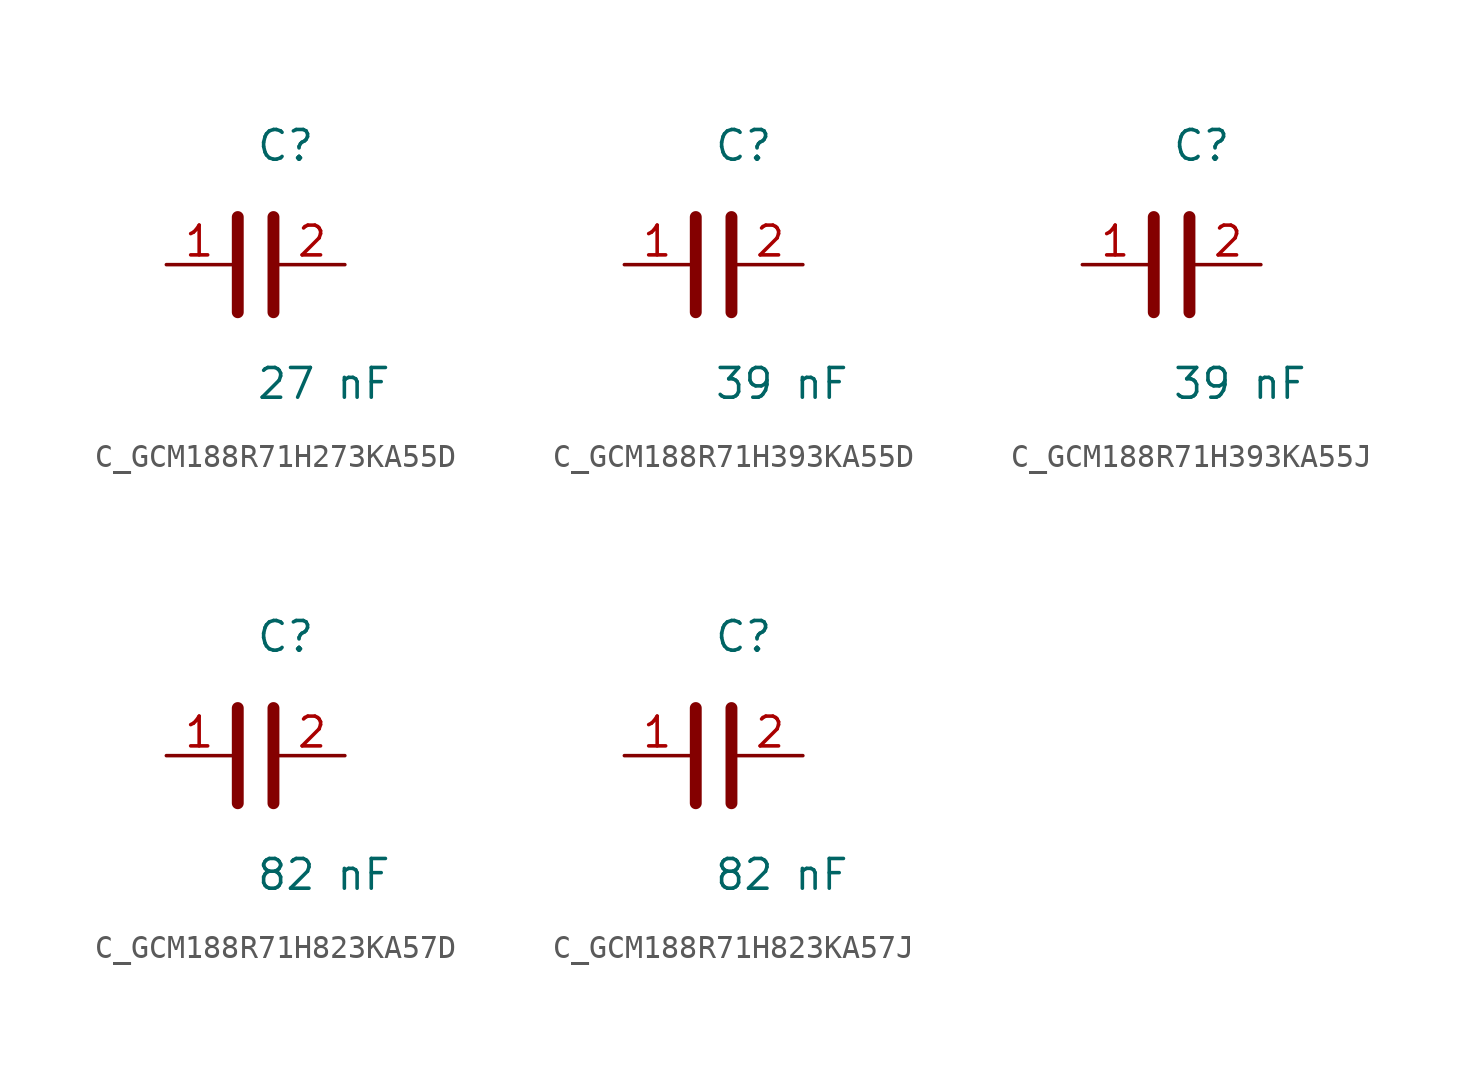
<source format=kicad_sym>
(kicad_symbol_lib
  (version 20231120)
  (generator kicad_symbol_editor)
  (generator_version 8.0)
  (symbol "C_GCM188R71H273KA55D"
    (pin_names
      (offset 0.254))
    (property "Value" "27 nF"
      (at 0 -5.08 0)
      (effects (font (size 1.27 1.27)) (justify left)))
    (property "Reference" "C"
      (at 0 5.08 0)
      (effects (font (size 1.27 1.27)) (justify left)))
    (symbol "C_GCM188R71H273KA55D_0_1"
      (polyline (pts (xy -0.762 -2.032) (xy -0.762 2.032)) (stroke (width 0.508) (type default)) (fill (type none)))
      (polyline (pts (xy 0.762 -2.032) (xy 0.762 2.032)) (stroke (width 0.508) (type default)) (fill (type none))))
    (pin unspecified line
      (at -3.81 0 0)
      (length 2.8)
      (name "" (effects (font (size 1.27 1.27))))
      (number "1" (effects (font (size 1.27 1.27)))))
    (pin unspecified line
      (at 3.81 0 180)
      (length 2.8)
      (name "" (effects (font (size 1.27 1.27))))
      (number "2" (effects (font (size 1.27 1.27))))))
  (symbol "C_GCM188R71H393KA55D"
    (pin_names
      (offset 0.254))
    (property "Value" "39 nF"
      (at 0 -5.08 0)
      (effects (font (size 1.27 1.27)) (justify left)))
    (property "Reference" "C"
      (at 0 5.08 0)
      (effects (font (size 1.27 1.27)) (justify left)))
    (symbol "C_GCM188R71H393KA55D_0_1"
      (polyline (pts (xy -0.762 -2.032) (xy -0.762 2.032)) (stroke (width 0.508) (type default)) (fill (type none)))
      (polyline (pts (xy 0.762 -2.032) (xy 0.762 2.032)) (stroke (width 0.508) (type default)) (fill (type none))))
    (pin unspecified line
      (at -3.81 0 0)
      (length 2.8)
      (name "" (effects (font (size 1.27 1.27))))
      (number "1" (effects (font (size 1.27 1.27)))))
    (pin unspecified line
      (at 3.81 0 180)
      (length 2.8)
      (name "" (effects (font (size 1.27 1.27))))
      (number "2" (effects (font (size 1.27 1.27))))))
  (symbol "C_GCM188R71H393KA55J"
    (pin_names
      (offset 0.254))
    (property "Value" "39 nF"
      (at 0 -5.08 0)
      (effects (font (size 1.27 1.27)) (justify left)))
    (property "Reference" "C"
      (at 0 5.08 0)
      (effects (font (size 1.27 1.27)) (justify left)))
    (symbol "C_GCM188R71H393KA55J_0_1"
      (polyline (pts (xy -0.762 -2.032) (xy -0.762 2.032)) (stroke (width 0.508) (type default)) (fill (type none)))
      (polyline (pts (xy 0.762 -2.032) (xy 0.762 2.032)) (stroke (width 0.508) (type default)) (fill (type none))))
    (pin unspecified line
      (at -3.81 0 0)
      (length 2.8)
      (name "" (effects (font (size 1.27 1.27))))
      (number "1" (effects (font (size 1.27 1.27)))))
    (pin unspecified line
      (at 3.81 0 180)
      (length 2.8)
      (name "" (effects (font (size 1.27 1.27))))
      (number "2" (effects (font (size 1.27 1.27))))))
  (symbol "C_GCM188R71H823KA57D"
    (pin_names
      (offset 0.254))
    (property "Value" "82 nF"
      (at 0 -5.08 0)
      (effects (font (size 1.27 1.27)) (justify left)))
    (property "Reference" "C"
      (at 0 5.08 0)
      (effects (font (size 1.27 1.27)) (justify left)))
    (symbol "C_GCM188R71H823KA57D_0_1"
      (polyline (pts (xy -0.762 -2.032) (xy -0.762 2.032)) (stroke (width 0.508) (type default)) (fill (type none)))
      (polyline (pts (xy 0.762 -2.032) (xy 0.762 2.032)) (stroke (width 0.508) (type default)) (fill (type none))))
    (pin unspecified line
      (at -3.81 0 0)
      (length 2.8)
      (name "" (effects (font (size 1.27 1.27))))
      (number "1" (effects (font (size 1.27 1.27)))))
    (pin unspecified line
      (at 3.81 0 180)
      (length 2.8)
      (name "" (effects (font (size 1.27 1.27))))
      (number "2" (effects (font (size 1.27 1.27))))))
  (symbol "C_GCM188R71H823KA57J"
    (pin_names
      (offset 0.254))
    (property "Value" "82 nF"
      (at 0 -5.08 0)
      (effects (font (size 1.27 1.27)) (justify left)))
    (property "Reference" "C"
      (at 0 5.08 0)
      (effects (font (size 1.27 1.27)) (justify left)))
    (symbol "C_GCM188R71H823KA57J_0_1"
      (polyline (pts (xy -0.762 -2.032) (xy -0.762 2.032)) (stroke (width 0.508) (type default)) (fill (type none)))
      (polyline (pts (xy 0.762 -2.032) (xy 0.762 2.032)) (stroke (width 0.508) (type default)) (fill (type none))))
    (pin unspecified line
      (at -3.81 0 0)
      (length 2.8)
      (name "" (effects (font (size 1.27 1.27))))
      (number "1" (effects (font (size 1.27 1.27)))))
    (pin unspecified line
      (at 3.81 0 180)
      (length 2.8)
      (name "" (effects (font (size 1.27 1.27))))
      (number "2" (effects (font (size 1.27 1.27)))))))
</source>
